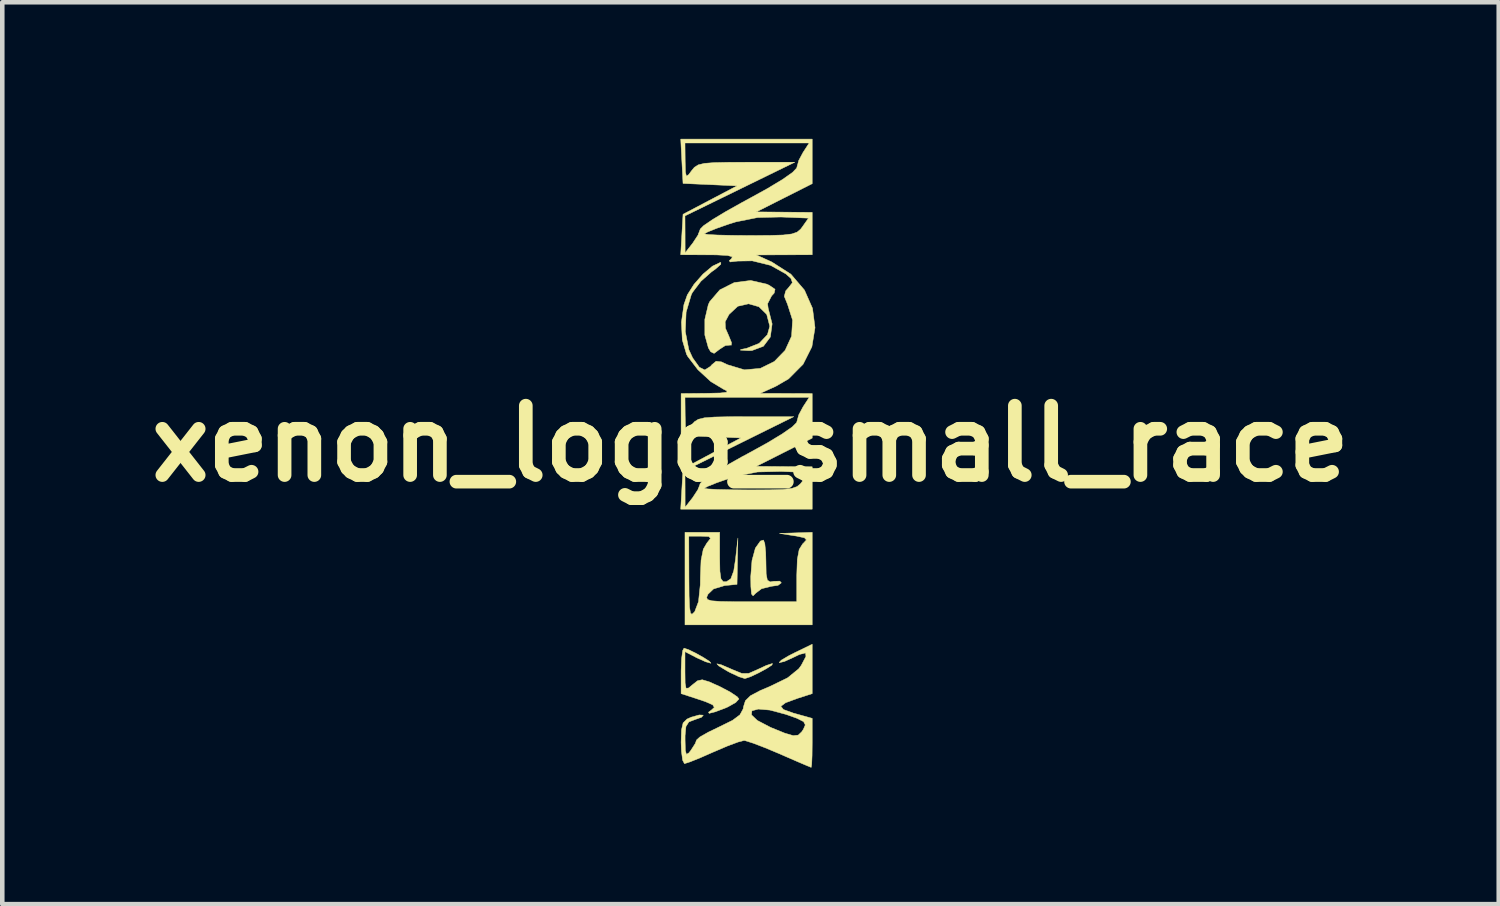
<source format=kicad_pcb>
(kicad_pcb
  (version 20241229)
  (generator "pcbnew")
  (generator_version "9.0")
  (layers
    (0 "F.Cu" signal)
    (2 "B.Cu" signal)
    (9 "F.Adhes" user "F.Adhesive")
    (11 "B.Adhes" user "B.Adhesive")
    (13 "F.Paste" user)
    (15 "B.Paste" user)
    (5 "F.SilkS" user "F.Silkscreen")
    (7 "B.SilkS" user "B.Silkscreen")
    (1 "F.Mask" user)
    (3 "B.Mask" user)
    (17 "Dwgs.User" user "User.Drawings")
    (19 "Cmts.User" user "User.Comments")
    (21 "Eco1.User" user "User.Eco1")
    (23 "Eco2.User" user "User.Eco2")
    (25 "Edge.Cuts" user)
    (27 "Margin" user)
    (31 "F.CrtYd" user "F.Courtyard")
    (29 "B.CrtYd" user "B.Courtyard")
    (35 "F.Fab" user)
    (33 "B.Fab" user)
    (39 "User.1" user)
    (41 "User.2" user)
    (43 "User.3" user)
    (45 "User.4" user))
  (footprint "xenon_logo_small_race"
    (layer "F.Cu")
    (at 13.433 6.694)
    (property "Reference" "xenon_logo_small_race" (at 0 0 0) (layer "F.SilkS") (effects (font (size 1.524 1.524) (thickness 0.3))))
    (attr through_hole)
    (fp_poly (pts (xy 0.469 4.863) (xy 0.351 4.94) (xy 0.182 5.032) (xy 0.01 5.114) (xy -0.113 5.156) (xy -0.127 5.158) (xy -0.25 5.12) (xy -0.451 5.026) (xy -0.508 4.995) (xy -0.696 4.882) (xy -0.738 4.835) (xy -0.643 4.856) (xy -0.424 4.95) (xy -0.397 4.962) (xy -0.191 5.046) (xy -0.038 5.045) (xy 0.152 4.962) (xy 0.347 4.871) (xy 0.475 4.83) (xy 0.483 4.83) (xy 0.469 4.863)) (stroke (width 0.01) (type solid)) (fill yes) (layer "F.SilkS"))
    (fp_poly (pts (xy 0.314 2.193) (xy 0.334 2.391) (xy 0.339 2.592) (xy 0.344 2.861) (xy 0.37 2.997) (xy 0.431 3.036) (xy 0.508 3.023) (xy 0.643 3.019) (xy 0.677 3.056) (xy 0.604 3.112) (xy 0.454 3.133) (xy 0.242 3.186) (xy 0.118 3.281) (xy 0.056 3.342) (xy 0.022 3.302) (xy 0.008 3.136) (xy 0.005 2.921) (xy 0.033 2.565) (xy 0.107 2.293) (xy 0.217 2.139) (xy 0.284 2.117) (xy 0.314 2.193)) (stroke (width 0.01) (type solid)) (fill yes) (layer "F.SilkS"))
    (fp_poly (pts (xy -1.357 4.526) (xy -1.194 4.606) (xy -1.024 4.702) (xy -0.898 4.784) (xy -0.869 4.822) (xy -0.872 4.822) (xy -0.988 4.789) (xy -1.176 4.704) (xy -1.19 4.697) (xy -1.439 4.568) (xy -1.439 5.006) (xy -1.436 5.259) (xy -1.416 5.371) (xy -1.362 5.368) (xy -1.269 5.291) (xy -1.163 5.207) (xy -1.06 5.185) (xy -0.908 5.23) (xy -0.676 5.334) (xy -0.444 5.456) (xy -0.29 5.56) (xy -0.254 5.607) (xy -0.324 5.684) (xy -0.498 5.782) (xy -0.548 5.804) (xy -0.776 5.89) (xy -0.908 5.923) (xy -0.922 5.898) (xy -0.859 5.851) (xy -0.795 5.792) (xy -0.83 5.736) (xy -0.986 5.667) (xy -1.206 5.593) (xy -1.524 5.49) (xy -1.524 4.989) (xy -1.514 4.724) (xy -1.489 4.543) (xy -1.46 4.491) (xy -1.357 4.526)) (stroke (width 0.01) (type solid)) (fill yes) (layer "F.SilkS"))
    (fp_poly (pts (xy 0.359 -3.503) (xy 0.415 -3.476) (xy 0.539 -3.391) (xy 0.52 -3.307) (xy 0.463 -3.245) (xy 0.375 -3.074) (xy 0.388 -2.974) (xy 0.475 -2.631) (xy 0.436 -2.343) (xy 0.283 -2.139) (xy 0.031 -2.045) (xy -0.064 -2.044) (xy -0.221 -2.054) (xy -0.214 -2.068) (xy -0.085 -2.094) (xy 0.19 -2.203) (xy 0.372 -2.394) (xy 0.423 -2.579) (xy 0.356 -2.839) (xy 0.185 -3.007) (xy -0.042 -3.072) (xy -0.279 -3.018) (xy -0.471 -2.839) (xy -0.557 -2.677) (xy -0.55 -2.534) (xy -0.479 -2.372) (xy -0.416 -2.217) (xy -0.423 -2.161) (xy -0.434 -2.166) (xy -0.553 -2.155) (xy -0.676 -2.076) (xy -0.799 -1.983) (xy -0.874 -2.018) (xy -0.925 -2.104) (xy -1.003 -2.385) (xy -1.003 -2.729) (xy -0.927 -3.052) (xy -0.896 -3.119) (xy -0.674 -3.378) (xy -0.357 -3.538) (xy 0.004 -3.584) (xy 0.359 -3.503)) (stroke (width 0.01) (type solid)) (fill yes) (layer "F.SilkS"))
    (fp_poly (pts (xy -0.677 2.504) (xy -0.672 2.803) (xy -0.649 2.968) (xy -0.599 3.032) (xy -0.529 3.032) (xy -0.432 2.967) (xy -0.368 2.794) (xy -0.329 2.539) (xy -0.277 2.074) (xy -0.296 3.09) (xy -0.571 3.117) (xy -0.813 3.191) (xy -0.934 3.307) (xy -0.963 3.376) (xy -0.945 3.423) (xy -0.855 3.451) (xy -0.667 3.465) (xy -0.355 3.471) (xy -0.003 3.471) (xy 1.016 3.471) (xy 1.016 2.889) (xy 1.028 2.541) (xy 1.069 2.324) (xy 1.146 2.2) (xy 1.157 2.191) (xy 1.228 2.114) (xy 1.185 2.067) (xy 1.002 2.028) (xy 0.966 2.023) (xy 0.635 1.971) (xy 0.995 1.959) (xy 1.355 1.947) (xy 1.355 3.979) (xy -1.439 3.979) (xy -1.439 2.032) (xy -1.355 2.032) (xy -1.352 2.942) (xy -1.349 3.34) (xy -1.339 3.591) (xy -1.319 3.719) (xy -1.286 3.748) (xy -1.234 3.699) (xy -1.225 3.688) (xy -1.142 3.47) (xy -1.103 3.097) (xy -1.101 2.933) (xy -1.086 2.56) (xy -1.037 2.318) (xy -0.961 2.187) (xy -0.878 2.08) (xy -0.915 2.039) (xy -1.088 2.032) (xy -1.355 2.032) (xy -1.439 2.032) (xy -1.439 1.947) (xy -0.677 1.947) (xy -0.677 2.504)) (stroke (width 0.01) (type solid)) (fill yes) (layer "F.SilkS"))
    (fp_poly (pts (xy 1.355 5.49) (xy 1.037 5.592) (xy 0.77 5.69) (xy 0.666 5.768) (xy 0.723 5.839) (xy 0.939 5.917) (xy 0.969 5.925) (xy 1.355 6.033) (xy 1.355 6.573) (xy 1.352 6.849) (xy 1.344 7.043) (xy 1.333 7.11) (xy 1.252 7.077) (xy 1.052 6.992) (xy 0.771 6.87) (xy 0.642 6.813) (xy 0.324 6.68) (xy 0.058 6.578) (xy -0.113 6.524) (xy -0.143 6.519) (xy -0.273 6.553) (xy -0.507 6.64) (xy -0.796 6.764) (xy -0.818 6.773) (xy -1.102 6.898) (xy -1.326 6.988) (xy -1.447 7.027) (xy -1.451 7.027) (xy -1.491 6.951) (xy -1.517 6.753) (xy -1.524 6.56) (xy -1.516 6.287) (xy -1.48 6.133) (xy -1.395 6.049) (xy -1.301 6.007) (xy -1.126 5.958) (xy -1.037 5.963) (xy -1.076 6.009) (xy -1.218 6.059) (xy -1.354 6.111) (xy -1.418 6.212) (xy -1.437 6.413) (xy -1.437 6.507) (xy -1.431 6.738) (xy -1.407 6.824) (xy -1.353 6.791) (xy -1.31 6.736) (xy -1.213 6.585) (xy -1.185 6.508) (xy -1.114 6.443) (xy -0.928 6.337) (xy -0.682 6.218) (xy -0.394 6.076) (xy -0.232 5.955) (xy -0.232 5.955) (xy 0.02 5.955) (xy 0.15 6.079) (xy 0.435 6.228) (xy 0.455 6.237) (xy 0.753 6.358) (xy 0.937 6.412) (xy 1.048 6.401) (xy 1.126 6.327) (xy 1.162 6.272) (xy 1.203 6.177) (xy 1.166 6.105) (xy 1.022 6.032) (xy 0.78 5.946) (xy 0.424 5.851) (xy 0.171 5.829) (xy 0.031 5.867) (xy 0.02 5.955) (xy -0.232 5.955) (xy -0.162 5.826) (xy -0.153 5.775) (xy -0.112 5.645) (xy -0.001 5.536) (xy 0.214 5.422) (xy 0.42 5.335) (xy 0.816 5.142) (xy 1.061 4.942) (xy 1.115 4.868) (xy 1.218 4.672) (xy 1.208 4.595) (xy 1.075 4.63) (xy 0.931 4.699) (xy 0.746 4.783) (xy 0.636 4.809) (xy 0.629 4.806) (xy 0.678 4.754) (xy 0.841 4.658) (xy 0.976 4.589) (xy 1.355 4.405) (xy 1.355 5.49)) (stroke (width 0.01) (type solid)) (fill yes) (layer "F.SilkS"))
    (fp_poly (pts (xy 1.355 -5.71) (xy 0.741 -5.4) (xy 0.127 -5.09) (xy 0.741 -5.085) (xy 1.355 -5.08) (xy 1.355 -4.149) (xy 0.741 -4.147) (xy 0.127 -4.145) (xy 0.466 -3.991) (xy 0.886 -3.723) (xy 1.185 -3.373) (xy 1.362 -2.972) (xy 1.417 -2.547) (xy 1.348 -2.128) (xy 1.155 -1.744) (xy 0.836 -1.423) (xy 0.557 -1.261) (xy 0.212 -1.104) (xy 0.783 -1.103) (xy 1.355 -1.101) (xy 1.355 -0.122) (xy 0.741 0.188) (xy 0.127 0.498) (xy 0.741 0.503) (xy 1.355 0.508) (xy 1.355 1.439) (xy -1.533 1.439) (xy -1.482 0.55) (xy -0.212 -0.127) (xy -0.868 -0.152) (xy -1.524 -0.176) (xy -1.524 -1.016) (xy -1.439 -1.016) (xy -1.435 -0.614) (xy -1.429 -0.377) (xy -1.408 -0.287) (xy -1.358 -0.32) (xy -1.298 -0.402) (xy -1.232 -0.481) (xy -1.147 -0.535) (xy -1.011 -0.568) (xy -0.791 -0.585) (xy -0.458 -0.592) (xy -0.107 -0.593) (xy 0.951 -0.593) (xy -0.244 -0.002) (xy -1.439 0.589) (xy -1.437 0.993) (xy -1.436 1.397) (xy -1.27 1.185) (xy -1.153 1.006) (xy -1.143 0.981) (xy -1.016 0.981) (xy -0.937 0.994) (xy -0.721 1.006) (xy -0.402 1.013) (xy -0.011 1.016) (xy -0.005 1.016) (xy 0.426 1.014) (xy 0.719 1.005) (xy 0.908 0.982) (xy 1.024 0.942) (xy 1.1 0.878) (xy 1.14 0.826) (xy 1.274 0.635) (xy 0.67 0.61) (xy 0.153 0.622) (xy -0.322 0.717) (xy -0.475 0.765) (xy -0.747 0.86) (xy -0.941 0.938) (xy -1.016 0.98) (xy -1.016 0.981) (xy -1.143 0.981) (xy -1.103 0.873) (xy -1.103 0.873) (xy -1.031 0.799) (xy -0.835 0.665) (xy -0.543 0.488) (xy -0.181 0.284) (xy -0.042 0.21) (xy 0.366 -0.015) (xy 0.693 -0.212) (xy 0.916 -0.367) (xy 1.014 -0.465) (xy 1.016 -0.475) (xy 1.06 -0.633) (xy 1.153 -0.807) (xy 1.289 -1.016) (xy -1.439 -1.016) (xy -1.524 -1.016) (xy -1.524 -1.101) (xy -0.953 -1.106) (xy -0.663 -1.113) (xy -0.524 -1.129) (xy -0.518 -1.159) (xy -0.593 -1.196) (xy -0.872 -1.364) (xy -1.155 -1.624) (xy -1.377 -1.914) (xy -1.405 -1.964) (xy -1.498 -2.279) (xy -1.517 -2.668) (xy -1.462 -3.055) (xy -1.387 -3.269) (xy -1.241 -3.499) (xy -1.043 -3.724) (xy -0.836 -3.898) (xy -0.668 -3.978) (xy -0.651 -3.979) (xy -0.653 -3.939) (xy -0.769 -3.836) (xy -0.857 -3.773) (xy -1.089 -3.567) (xy -1.275 -3.322) (xy -1.3 -3.273) (xy -1.414 -2.888) (xy -1.432 -2.462) (xy -1.355 -2.067) (xy -1.271 -1.884) (xy -1.123 -1.678) (xy -1.003 -1.619) (xy -0.88 -1.697) (xy -0.849 -1.733) (xy -0.756 -1.81) (xy -0.637 -1.796) (xy -0.504 -1.733) (xy -0.134 -1.622) (xy 0.217 -1.654) (xy 0.523 -1.805) (xy 0.76 -2.049) (xy 0.902 -2.36) (xy 0.924 -2.714) (xy 0.813 -3.061) (xy 0.742 -3.236) (xy 0.773 -3.355) (xy 0.835 -3.426) (xy 0.92 -3.535) (xy 0.89 -3.627) (xy 0.776 -3.729) (xy 0.441 -3.916) (xy 0.04 -4.015) (xy -0.285 -4.01) (xy -0.449 -3.991) (xy -0.466 -4.021) (xy -0.423 -4.056) (xy -0.399 -4.104) (xy -0.501 -4.133) (xy -0.748 -4.146) (xy -0.915 -4.147) (xy -1.533 -4.149) (xy -1.482 -5.038) (xy -0.889 -5.35) (xy -0.296 -5.662) (xy -0.889 -5.689) (xy -1.482 -5.715) (xy -1.528 -6.604) (xy -1.439 -6.604) (xy -1.435 -6.202) (xy -1.429 -5.965) (xy -1.408 -5.875) (xy -1.358 -5.908) (xy -1.298 -5.99) (xy -1.233 -6.069) (xy -1.148 -6.123) (xy -1.012 -6.156) (xy -0.794 -6.173) (xy -0.463 -6.18) (xy -0.097 -6.181) (xy 0.972 -6.181) (xy -1.439 -5.003) (xy -1.437 -4.597) (xy -1.436 -4.191) (xy -1.27 -4.403) (xy -1.153 -4.581) (xy -1.143 -4.607) (xy -1.016 -4.607) (xy -0.937 -4.594) (xy -0.721 -4.582) (xy -0.402 -4.575) (xy -0.011 -4.572) (xy -0.005 -4.572) (xy 0.426 -4.574) (xy 0.719 -4.583) (xy 0.908 -4.606) (xy 1.024 -4.646) (xy 1.1 -4.71) (xy 1.14 -4.763) (xy 1.274 -4.953) (xy 0.67 -4.978) (xy 0.153 -4.966) (xy -0.322 -4.871) (xy -0.475 -4.823) (xy -0.747 -4.728) (xy -0.941 -4.65) (xy -1.016 -4.608) (xy -1.016 -4.607) (xy -1.143 -4.607) (xy -1.103 -4.714) (xy -1.103 -4.714) (xy -1.031 -4.787) (xy -0.835 -4.921) (xy -0.543 -5.097) (xy -0.181 -5.3) (xy -0.042 -5.375) (xy 0.375 -5.605) (xy 0.704 -5.803) (xy 0.924 -5.958) (xy 1.015 -6.054) (xy 1.016 -6.061) (xy 1.06 -6.221) (xy 1.153 -6.395) (xy 1.289 -6.604) (xy -1.439 -6.604) (xy -1.528 -6.604) (xy -1.532 -6.689) (xy 1.355 -6.689) (xy 1.355 -5.71)) (stroke (width 0.01) (type solid)) (fill yes) (layer "F.SilkS")))
  (gr_rect
    (start -3 -3)
    (end 29.866 16.808)
    (stroke (width 0.1) (type default))
    (fill no)
    (layer "Edge.Cuts")))
</source>
